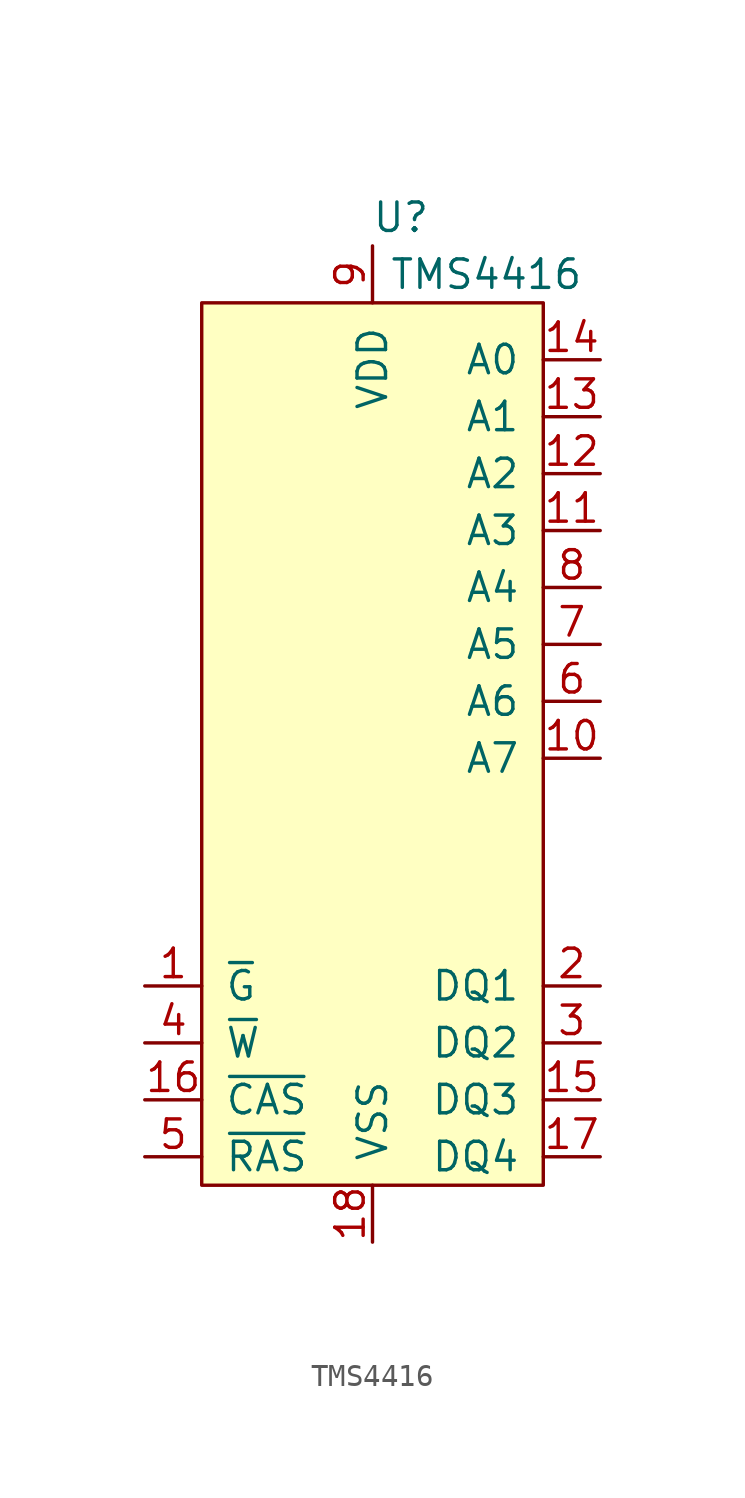
<source format=kicad_sym>
(kicad_symbol_lib
  (version 20220914)
  (generator kicad_symbol_editor)
  (symbol "TMS4416"
    (pin_names
      (offset 1.016))
    (property "Reference" "U"
      (at 1.27 7.62 0)
      (effects (font (size 1.27 1.27))))
    (property "Value" "TMS4416"
      (at 5.08 5.08 0)
      (effects (font (size 1.27 1.27))))
    (symbol "TMS4416_0_1"
      (rectangle (start -7.62 3.81) (end 7.62 -35.56) (stroke (width 0) (type default)) (fill (type background))))
    (symbol "TMS4416_1_1"
      (pin input line (at -10.16 -26.67 0) (length 2.54) (name "~{G}" (effects (font (size 1.27 1.27)))) (number "1" (effects (font (size 1.27 1.27)))))
      (pin input line (at 10.16 -16.51 180) (length 2.54) (name "A7" (effects (font (size 1.27 1.27)))) (number "10" (effects (font (size 1.27 1.27)))))
      (pin input line (at 10.16 -6.35 180) (length 2.54) (name "A3" (effects (font (size 1.27 1.27)))) (number "11" (effects (font (size 1.27 1.27)))))
      (pin input line (at 10.16 -3.81 180) (length 2.54) (name "A2" (effects (font (size 1.27 1.27)))) (number "12" (effects (font (size 1.27 1.27)))))
      (pin input line (at 10.16 -1.27 180) (length 2.54) (name "A1" (effects (font (size 1.27 1.27)))) (number "13" (effects (font (size 1.27 1.27)))))
      (pin input line (at 10.16 1.27 180) (length 2.54) (name "A0" (effects (font (size 1.27 1.27)))) (number "14" (effects (font (size 1.27 1.27)))))
      (pin bidirectional line (at 10.16 -31.75 180) (length 2.54) (name "DQ3" (effects (font (size 1.27 1.27)))) (number "15" (effects (font (size 1.27 1.27)))))
      (pin input line (at -10.16 -31.75 0) (length 2.54) (name "~{CAS}" (effects (font (size 1.27 1.27)))) (number "16" (effects (font (size 1.27 1.27)))))
      (pin bidirectional line (at 10.16 -34.29 180) (length 2.54) (name "DQ4" (effects (font (size 1.27 1.27)))) (number "17" (effects (font (size 1.27 1.27)))))
      (pin power_in line (at 0 -38.1 90) (length 2.54) (name "VSS" (effects (font (size 1.27 1.27)))) (number "18" (effects (font (size 1.27 1.27)))))
      (pin bidirectional line (at 10.16 -26.67 180) (length 2.54) (name "DQ1" (effects (font (size 1.27 1.27)))) (number "2" (effects (font (size 1.27 1.27)))))
      (pin bidirectional line (at 10.16 -29.21 180) (length 2.54) (name "DQ2" (effects (font (size 1.27 1.27)))) (number "3" (effects (font (size 1.27 1.27)))))
      (pin input line (at -10.16 -29.21 0) (length 2.54) (name "~{W}" (effects (font (size 1.27 1.27)))) (number "4" (effects (font (size 1.27 1.27)))))
      (pin input line (at -10.16 -34.29 0) (length 2.54) (name "~{RAS}" (effects (font (size 1.27 1.27)))) (number "5" (effects (font (size 1.27 1.27)))))
      (pin input line (at 10.16 -13.97 180) (length 2.54) (name "A6" (effects (font (size 1.27 1.27)))) (number "6" (effects (font (size 1.27 1.27)))))
      (pin input line (at 10.16 -11.43 180) (length 2.54) (name "A5" (effects (font (size 1.27 1.27)))) (number "7" (effects (font (size 1.27 1.27)))))
      (pin input line (at 10.16 -8.89 180) (length 2.54) (name "A4" (effects (font (size 1.27 1.27)))) (number "8" (effects (font (size 1.27 1.27)))))
      (pin power_in line (at 0 6.35 270) (length 2.54) (name "VDD" (effects (font (size 1.27 1.27)))) (number "9" (effects (font (size 1.27 1.27))))))))
</source>
